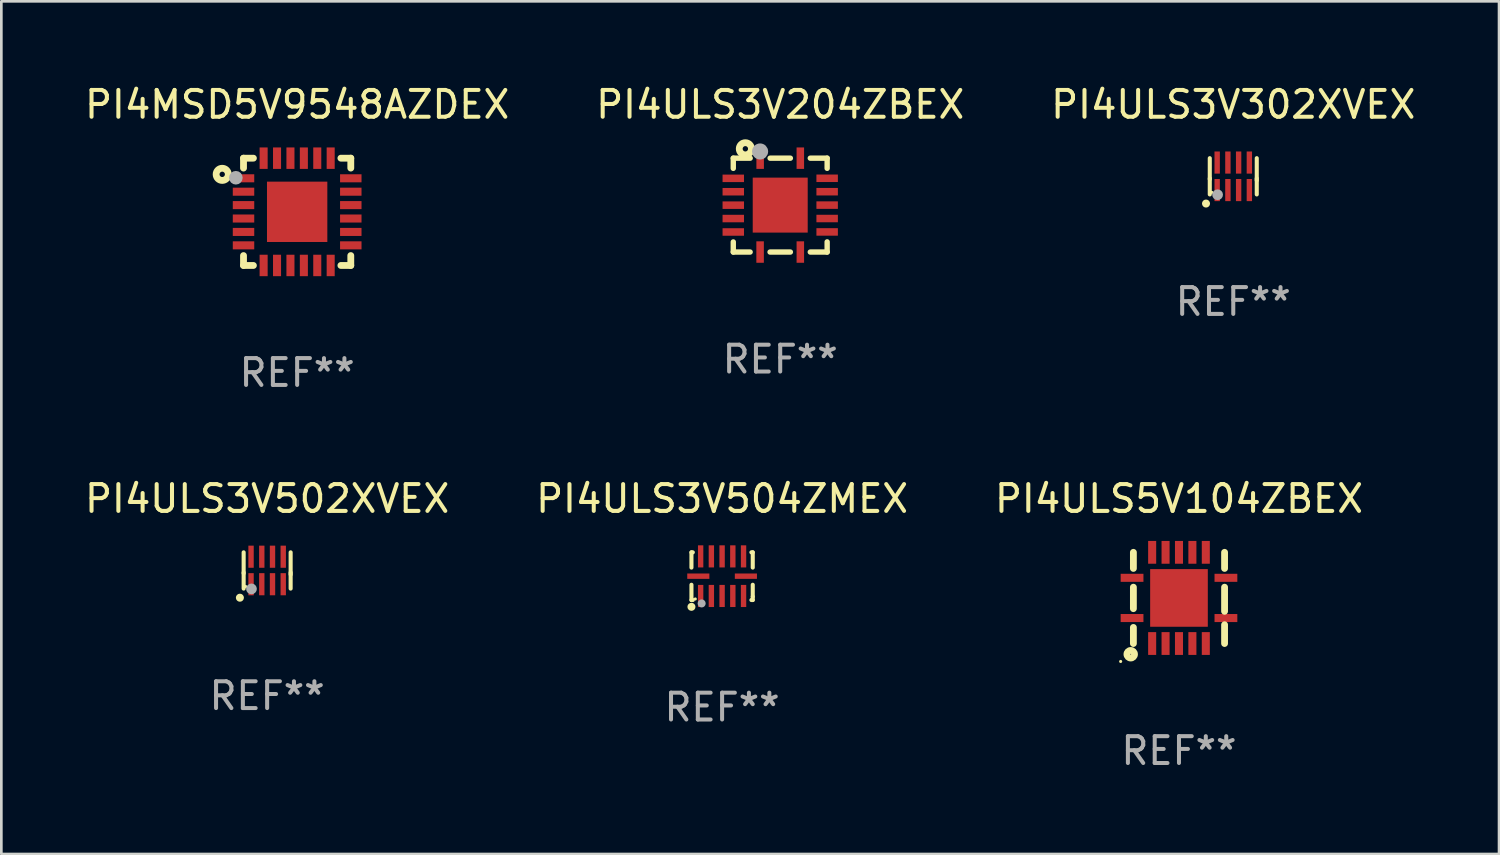
<source format=kicad_pcb>
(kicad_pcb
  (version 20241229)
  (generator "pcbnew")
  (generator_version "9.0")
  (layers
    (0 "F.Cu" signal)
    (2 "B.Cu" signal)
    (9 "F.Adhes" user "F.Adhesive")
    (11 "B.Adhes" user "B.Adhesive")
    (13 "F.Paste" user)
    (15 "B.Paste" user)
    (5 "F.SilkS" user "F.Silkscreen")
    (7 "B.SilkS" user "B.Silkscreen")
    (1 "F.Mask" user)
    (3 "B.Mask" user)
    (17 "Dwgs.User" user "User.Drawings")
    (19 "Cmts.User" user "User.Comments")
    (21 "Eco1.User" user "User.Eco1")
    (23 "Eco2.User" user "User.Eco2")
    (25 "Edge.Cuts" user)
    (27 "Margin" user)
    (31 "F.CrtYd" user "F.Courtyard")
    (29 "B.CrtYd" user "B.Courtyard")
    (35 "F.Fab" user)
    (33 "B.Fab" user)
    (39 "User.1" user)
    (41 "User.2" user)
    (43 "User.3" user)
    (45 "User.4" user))
  (footprint "PI4MSD5V9548AZDEX"
    (layer "F.Cu")
    (at 8.03 4.848)
    (property "Reference" "PI4MSD5V9548AZDEX" (at 0 -4 0) (layer "F.SilkS") (effects (font (size 1 1) (thickness 0.15))))
    (attr through_hole)
    (fp_line (start -2 -2) (end -1.631 -2) (stroke (width 0.254) (type solid)) (layer "F.SilkS"))
    (fp_line (start -2 -1.631) (end -2 -2) (stroke (width 0.254) (type solid)) (layer "F.SilkS"))
    (fp_line (start -2 2) (end -2 1.631) (stroke (width 0.254) (type solid)) (layer "F.SilkS"))
    (fp_line (start -1.631 2) (end -2 2) (stroke (width 0.254) (type solid)) (layer "F.SilkS"))
    (fp_line (start 1.631 -2) (end 2 -2) (stroke (width 0.254) (type solid)) (layer "F.SilkS"))
    (fp_line (start 2 -2) (end 2 -1.631) (stroke (width 0.254) (type solid)) (layer "F.SilkS"))
    (fp_line (start 2 1.631) (end 2 2) (stroke (width 0.254) (type solid)) (layer "F.SilkS"))
    (fp_line (start 2 2) (end 1.631 2) (stroke (width 0.254) (type solid)) (layer "F.SilkS"))
    (fp_circle (center -2.794 -1.397) (end -2.694 -1.397) (stroke (width 0.254) (type solid)) (fill no) (layer "F.SilkS"))
    (fp_circle (center -2 -2) (end -1.97 -2) (stroke (width 0.06) (type solid)) (fill no) (layer "F.SilkS"))
    (fp_circle (center -2.286 -1.27) (end -2.159 -1.27) (stroke (width 0.254) (type solid)) (fill no) (layer "F.Fab"))
    (fp_text user "REF**" (at 0 6 0) (layer "F.Fab") (effects (font (size 1 1) (thickness 0.15))))
    (pad "1" smd rect (at -2 -1.25) (size 0.8 0.3) (layers "F.Cu" "F.Mask" "F.Paste"))
    (pad "2" smd rect (at -2 -0.75) (size 0.8 0.3) (layers "F.Cu" "F.Mask" "F.Paste"))
    (pad "3" smd rect (at -2 -0.25) (size 0.8 0.3) (layers "F.Cu" "F.Mask" "F.Paste"))
    (pad "4" smd rect (at -2 0.25) (size 0.8 0.3) (layers "F.Cu" "F.Mask" "F.Paste"))
    (pad "5" smd rect (at -2 0.75) (size 0.8 0.3) (layers "F.Cu" "F.Mask" "F.Paste"))
    (pad "6" smd rect (at -2 1.25) (size 0.8 0.3) (layers "F.Cu" "F.Mask" "F.Paste"))
    (pad "7" smd rect (at -1.25 2) (size 0.3 0.8) (layers "F.Cu" "F.Mask" "F.Paste"))
    (pad "8" smd rect (at -0.75 2) (size 0.3 0.8) (layers "F.Cu" "F.Mask" "F.Paste"))
    (pad "9" smd rect (at -0.25 2) (size 0.3 0.8) (layers "F.Cu" "F.Mask" "F.Paste"))
    (pad "10" smd rect (at 0.25 2) (size 0.3 0.8) (layers "F.Cu" "F.Mask" "F.Paste"))
    (pad "11" smd rect (at 0.75 2) (size 0.3 0.8) (layers "F.Cu" "F.Mask" "F.Paste"))
    (pad "12" smd rect (at 1.25 2) (size 0.3 0.8) (layers "F.Cu" "F.Mask" "F.Paste"))
    (pad "13" smd rect (at 2 1.25) (size 0.8 0.3) (layers "F.Cu" "F.Mask" "F.Paste"))
    (pad "14" smd rect (at 2 0.75) (size 0.8 0.3) (layers "F.Cu" "F.Mask" "F.Paste"))
    (pad "15" smd rect (at 2 0.25) (size 0.8 0.3) (layers "F.Cu" "F.Mask" "F.Paste"))
    (pad "16" smd rect (at 2 -0.25) (size 0.8 0.3) (layers "F.Cu" "F.Mask" "F.Paste"))
    (pad "17" smd rect (at 2 -0.75) (size 0.8 0.3) (layers "F.Cu" "F.Mask" "F.Paste"))
    (pad "18" smd rect (at 2 -1.25) (size 0.8 0.3) (layers "F.Cu" "F.Mask" "F.Paste"))
    (pad "19" smd rect (at 1.25 -2) (size 0.3 0.8) (layers "F.Cu" "F.Mask" "F.Paste"))
    (pad "20" smd rect (at 0.75 -2) (size 0.3 0.8) (layers "F.Cu" "F.Mask" "F.Paste"))
    (pad "21" smd rect (at 0.25 -2) (size 0.3 0.8) (layers "F.Cu" "F.Mask" "F.Paste"))
    (pad "22" smd rect (at -0.25 -2) (size 0.3 0.8) (layers "F.Cu" "F.Mask" "F.Paste"))
    (pad "23" smd rect (at -0.75 -2) (size 0.3 0.8) (layers "F.Cu" "F.Mask" "F.Paste"))
    (pad "24" smd rect (at -1.25 -2) (size 0.3 0.8) (layers "F.Cu" "F.Mask" "F.Paste"))
    (pad "25" smd rect (at 0.000051 -0.000013) (size 2.25 2.25) (layers "F.Cu" "F.Mask" "F.Paste")))
  (footprint "PI4ULS3V504ZMEX"
    (layer "F.Cu")
    (at 23.875 18.434)
    (property "Reference" "PI4ULS3V504ZMEX" (at 0 -2.889 0) (layer "F.SilkS") (effects (font (size 1 1) (thickness 0.15))))
    (attr through_hole)
    (fp_line (start -1.143 -0.889) (end -1.143 -0.32) (stroke (width 0.152) (type solid)) (layer "F.SilkS"))
    (fp_line (start -1.143 0.32) (end -1.143 0.889) (stroke (width 0.152) (type solid)) (layer "F.SilkS"))
    (fp_line (start -1.143 0.889) (end -1.092 0.889) (stroke (width 0.152) (type solid)) (layer "F.SilkS"))
    (fp_line (start -1.092 -0.889) (end -1.143 -0.889) (stroke (width 0.152) (type solid)) (layer "F.SilkS"))
    (fp_line (start 1.092 0.889) (end 1.143 0.889) (stroke (width 0.152) (type solid)) (layer "F.SilkS"))
    (fp_line (start 1.143 -0.889) (end 1.092 -0.889) (stroke (width 0.152) (type solid)) (layer "F.SilkS"))
    (fp_line (start 1.143 -0.32) (end 1.143 -0.889) (stroke (width 0.152) (type solid)) (layer "F.SilkS"))
    (fp_line (start 1.143 0.762) (end 1.143 0.32) (stroke (width 0.152) (type solid)) (layer "F.SilkS"))
    (fp_line (start 1.143 0.889) (end 1.143 0.762) (stroke (width 0.152) (type solid)) (layer "F.SilkS"))
    (fp_circle (center -1.143 1.143) (end -1.068 1.143) (stroke (width 0.15) (type solid)) (fill no) (layer "F.SilkS"))
    (fp_circle (center -1 0.85) (end -0.97 0.85) (stroke (width 0.06) (type solid)) (fill no) (layer "F.SilkS"))
    (fp_circle (center -0.762 1.016) (end -0.687 1.016) (stroke (width 0.15) (type solid)) (fill no) (layer "F.Fab"))
    (fp_text user "REF**" (at 0 4.889 0) (layer "F.Fab") (effects (font (size 1 1) (thickness 0.15))))
    (pad "1" smd rect (at -0.8 0.738) (size 0.2 0.825) (layers "F.Cu" "F.Mask" "F.Paste"))
    (pad "2" smd rect (at -0.4 0.738) (size 0.2 0.825) (layers "F.Cu" "F.Mask" "F.Paste"))
    (pad "3" smd rect (at 0 0.738) (size 0.2 0.825) (layers "F.Cu" "F.Mask" "F.Paste"))
    (pad "4" smd rect (at 0.4 0.738) (size 0.2 0.825) (layers "F.Cu" "F.Mask" "F.Paste"))
    (pad "5" smd rect (at 0.8 0.738) (size 0.2 0.825) (layers "F.Cu" "F.Mask" "F.Paste"))
    (pad "6" smd rect (at 0.887 0) (size 0.825 0.2) (layers "F.Cu" "F.Mask" "F.Paste"))
    (pad "7" smd rect (at 0.8 -0.738) (size 0.2 0.825) (layers "F.Cu" "F.Mask" "F.Paste"))
    (pad "8" smd rect (at 0.4 -0.738) (size 0.2 0.825) (layers "F.Cu" "F.Mask" "F.Paste"))
    (pad "9" smd rect (at 0 -0.738) (size 0.2 0.825) (layers "F.Cu" "F.Mask" "F.Paste"))
    (pad "10" smd rect (at -0.4 -0.738) (size 0.2 0.825) (layers "F.Cu" "F.Mask" "F.Paste"))
    (pad "11" smd rect (at -0.8 -0.738) (size 0.2 0.825) (layers "F.Cu" "F.Mask" "F.Paste"))
    (pad "12" smd rect (at -0.887 0) (size 0.825 0.2) (layers "F.Cu" "F.Mask" "F.Paste")))
  (footprint "PI4ULS3V302XVEX"
    (layer "F.Cu")
    (at 42.935 3.524)
    (property "Reference" "PI4ULS3V302XVEX" (at 0 -2.676 0) (layer "F.SilkS") (effects (font (size 1 1) (thickness 0.15))))
    (attr through_hole)
    (fp_line (start -0.876 -0.676) (end -0.876 0.107) (stroke (width 0.152) (type solid)) (layer "F.SilkS"))
    (fp_line (start -0.876 0.676) (end -0.876 0.077) (stroke (width 0.152) (type solid)) (layer "F.SilkS"))
    (fp_line (start 0.876 -0.676) (end 0.876 0.152) (stroke (width 0.152) (type solid)) (layer "F.SilkS"))
    (fp_line (start 0.876 0.676) (end 0.876 0.077) (stroke (width 0.152) (type solid)) (layer "F.SilkS"))
    (fp_circle (center -1.016 1.016) (end -0.941 1.016) (stroke (width 0.15) (type solid)) (fill no) (layer "F.SilkS"))
    (fp_circle (center -0.8 0.6) (end -0.77 0.6) (stroke (width 0.06) (type solid)) (fill no) (layer "F.SilkS"))
    (fp_circle (center -0.584 0.687) (end -0.484 0.687) (stroke (width 0.2) (type solid)) (fill no) (layer "F.Fab"))
    (fp_text user "REF**" (at 0 4.676 0) (layer "F.Fab") (effects (font (size 1 1) (thickness 0.15))))
    (pad "1" smd rect (at -0.6 0.513) (size 0.2 0.825) (layers "F.Cu" "F.Mask" "F.Paste"))
    (pad "2" smd rect (at -0.2 0.513) (size 0.2 0.825) (layers "F.Cu" "F.Mask" "F.Paste"))
    (pad "3" smd rect (at 0.2 0.513) (size 0.2 0.825) (layers "F.Cu" "F.Mask" "F.Paste"))
    (pad "4" smd rect (at 0.6 0.513) (size 0.2 0.825) (layers "F.Cu" "F.Mask" "F.Paste"))
    (pad "5" smd rect (at 0.6 -0.513) (size 0.2 0.825) (layers "F.Cu" "F.Mask" "F.Paste"))
    (pad "6" smd rect (at 0.2 -0.513) (size 0.2 0.825) (layers "F.Cu" "F.Mask" "F.Paste"))
    (pad "7" smd rect (at -0.2 -0.513) (size 0.2 0.825) (layers "F.Cu" "F.Mask" "F.Paste"))
    (pad "8" smd rect (at -0.6 -0.513) (size 0.2 0.825) (layers "F.Cu" "F.Mask" "F.Paste")))
  (footprint "PI4ULS3V204ZBEX"
    (layer "F.Cu")
    (at 26.042 4.598)
    (property "Reference" "PI4ULS3V204ZBEX" (at 0 -3.75 0) (layer "F.SilkS") (effects (font (size 1 1) (thickness 0.15))))
    (attr through_hole)
    (fp_line (start -1.75 -1.75) (end -1.75 -1.37) (stroke (width 0.2) (type solid)) (layer "F.SilkS"))
    (fp_line (start -1.75 1.373) (end -1.75 1.75) (stroke (width 0.2) (type solid)) (layer "F.SilkS"))
    (fp_line (start -1.75 1.75) (end -1.121 1.75) (stroke (width 0.2) (type solid)) (layer "F.SilkS"))
    (fp_line (start -1.119 -1.75) (end -1.75 -1.75) (stroke (width 0.2) (type solid)) (layer "F.SilkS"))
    (fp_line (start -0.379 1.75) (end 0.379 1.75) (stroke (width 0.2) (type solid)) (layer "F.SilkS"))
    (fp_line (start 0.379 -1.75) (end -0.377 -1.75) (stroke (width 0.2) (type solid)) (layer "F.SilkS"))
    (fp_line (start 1.121 1.75) (end 1.75 1.75) (stroke (width 0.2) (type solid)) (layer "F.SilkS"))
    (fp_line (start 1.75 -1.75) (end 1.121 -1.75) (stroke (width 0.2) (type solid)) (layer "F.SilkS"))
    (fp_line (start 1.75 -1.371) (end 1.75 -1.75) (stroke (width 0.2) (type solid)) (layer "F.SilkS"))
    (fp_line (start 1.75 1.75) (end 1.75 1.371) (stroke (width 0.2) (type solid)) (layer "F.SilkS"))
    (fp_circle (center -1.75 -1.75) (end -1.72 -1.75) (stroke (width 0.06) (type solid)) (fill no) (layer "F.SilkS"))
    (fp_circle (center -1.3 -2.1) (end -1.2 -2.1) (stroke (width 0.254) (type solid)) (fill no) (layer "F.SilkS"))
    (fp_circle (center -0.75 -2) (end -0.6 -2) (stroke (width 0.3) (type solid)) (fill no) (layer "F.Fab"))
    (fp_text user "REF**" (at 0 5.75 0) (layer "F.Fab") (effects (font (size 1 1) (thickness 0.15))))
    (pad "1" smd rect (at -0.748 -1.75) (size 0.28 0.8) (layers "F.Cu" "F.Mask" "F.Paste"))
    (pad "2" smd rect (at -1.75 -0.998) (size 0.8 0.28) (layers "F.Cu" "F.Mask" "F.Paste"))
    (pad "3" smd rect (at -1.75 -0.499) (size 0.8 0.28) (layers "F.Cu" "F.Mask" "F.Paste"))
    (pad "4" smd rect (at -1.75 0.002) (size 0.8 0.28) (layers "F.Cu" "F.Mask" "F.Paste"))
    (pad "5" smd rect (at -1.75 0.501) (size 0.8 0.28) (layers "F.Cu" "F.Mask" "F.Paste"))
    (pad "6" smd rect (at -1.75 1.002) (size 0.8 0.28) (layers "F.Cu" "F.Mask" "F.Paste"))
    (pad "7" smd rect (at -0.75 1.75) (size 0.28 0.8) (layers "F.Cu" "F.Mask" "F.Paste"))
    (pad "8" smd rect (at 0.75 1.75) (size 0.28 0.8) (layers "F.Cu" "F.Mask" "F.Paste"))
    (pad "9" smd rect (at 1.75 1) (size 0.8 0.28) (layers "F.Cu" "F.Mask" "F.Paste"))
    (pad "10" smd rect (at 1.75 0.5) (size 0.8 0.28) (layers "F.Cu" "F.Mask" "F.Paste"))
    (pad "11" smd rect (at 1.75 0.000025) (size 0.8 0.28) (layers "F.Cu" "F.Mask" "F.Paste"))
    (pad "12" smd rect (at 1.75 -0.5) (size 0.8 0.28) (layers "F.Cu" "F.Mask" "F.Paste"))
    (pad "13" smd rect (at 1.75 -1) (size 0.8 0.28) (layers "F.Cu" "F.Mask" "F.Paste"))
    (pad "14" smd rect (at 0.75 -1.75) (size 0.28 0.8) (layers "F.Cu" "F.Mask" "F.Paste"))
    (pad "15" smd rect (at 0 0.000025) (size 2.05 2.05) (layers "F.Cu" "F.Mask" "F.Paste")))
  (footprint "PI4ULS3V502XVEX"
    (layer "F.Cu")
    (at 6.911 18.221)
    (property "Reference" "PI4ULS3V502XVEX" (at 0 -2.676 0) (layer "F.SilkS") (effects (font (size 1 1) (thickness 0.15))))
    (attr through_hole)
    (fp_line (start -0.876 -0.676) (end -0.876 0.107) (stroke (width 0.152) (type solid)) (layer "F.SilkS"))
    (fp_line (start -0.876 0.676) (end -0.876 0.077) (stroke (width 0.152) (type solid)) (layer "F.SilkS"))
    (fp_line (start 0.876 -0.676) (end 0.876 0.152) (stroke (width 0.152) (type solid)) (layer "F.SilkS"))
    (fp_line (start 0.876 0.676) (end 0.876 0.077) (stroke (width 0.152) (type solid)) (layer "F.SilkS"))
    (fp_circle (center -1.016 1.016) (end -0.941 1.016) (stroke (width 0.15) (type solid)) (fill no) (layer "F.SilkS"))
    (fp_circle (center -0.8 0.6) (end -0.77 0.6) (stroke (width 0.06) (type solid)) (fill no) (layer "F.SilkS"))
    (fp_circle (center -0.584 0.687) (end -0.484 0.687) (stroke (width 0.2) (type solid)) (fill no) (layer "F.Fab"))
    (fp_text user "REF**" (at 0 4.676 0) (layer "F.Fab") (effects (font (size 1 1) (thickness 0.15))))
    (pad "1" smd rect (at -0.6 0.513) (size 0.2 0.825) (layers "F.Cu" "F.Mask" "F.Paste"))
    (pad "2" smd rect (at -0.2 0.513) (size 0.2 0.825) (layers "F.Cu" "F.Mask" "F.Paste"))
    (pad "3" smd rect (at 0.2 0.513) (size 0.2 0.825) (layers "F.Cu" "F.Mask" "F.Paste"))
    (pad "4" smd rect (at 0.6 0.513) (size 0.2 0.825) (layers "F.Cu" "F.Mask" "F.Paste"))
    (pad "5" smd rect (at 0.6 -0.513) (size 0.2 0.825) (layers "F.Cu" "F.Mask" "F.Paste"))
    (pad "6" smd rect (at 0.2 -0.513) (size 0.2 0.825) (layers "F.Cu" "F.Mask" "F.Paste"))
    (pad "7" smd rect (at -0.2 -0.513) (size 0.2 0.825) (layers "F.Cu" "F.Mask" "F.Paste"))
    (pad "8" smd rect (at -0.6 -0.513) (size 0.2 0.825) (layers "F.Cu" "F.Mask" "F.Paste")))
  (footprint "PI4ULS5V104ZBEX"
    (layer "F.Cu")
    (at 40.911 19.245)
    (property "Reference" "PI4ULS5V104ZBEX" (at 0 -3.7 0) (layer "F.SilkS") (effects (font (size 1 1) (thickness 0.15))))
    (attr through_hole)
    (fp_line (start -1.7 -1.7) (end -1.7 -1.1) (stroke (width 0.254) (type solid)) (layer "F.SilkS"))
    (fp_line (start -1.7 -0.4) (end -1.7 0.4) (stroke (width 0.254) (type solid)) (layer "F.SilkS"))
    (fp_line (start -1.7 1.1) (end -1.7 1.7) (stroke (width 0.254) (type solid)) (layer "F.SilkS"))
    (fp_line (start 1.7 -1.7) (end 1.7 -1.1) (stroke (width 0.254) (type solid)) (layer "F.SilkS"))
    (fp_line (start 1.7 -0.4) (end 1.7 0.5) (stroke (width 0.254) (type solid)) (layer "F.SilkS"))
    (fp_line (start 1.7 1) (end 1.7 1.7) (stroke (width 0.254) (type solid)) (layer "F.SilkS"))
    (fp_circle (center -2.175 2.369) (end -2.145 2.369) (stroke (width 0.06) (type solid)) (fill no) (layer "F.SilkS"))
    (fp_circle (center -1.8 2.1) (end -1.659 2.1) (stroke (width 0.254) (type solid)) (fill no) (layer "F.SilkS"))
    (fp_text user "REF**" (at 0 5.7 0) (layer "F.Fab") (effects (font (size 1 1) (thickness 0.15))))
    (pad "1" smd rect (at -1.75 0.75 90) (size 0.3 0.85) (layers "F.Cu" "F.Mask" "F.Paste"))
    (pad "2" smd rect (at -1 1.7 180) (size 0.3 0.85) (layers "F.Cu" "F.Mask" "F.Paste"))
    (pad "3" smd rect (at -0.5 1.7 180) (size 0.3 0.85) (layers "F.Cu" "F.Mask" "F.Paste"))
    (pad "4" smd rect (at 0 1.7 180) (size 0.3 0.85) (layers "F.Cu" "F.Mask" "F.Paste"))
    (pad "5" smd rect (at 0.5 1.7 180) (size 0.3 0.85) (layers "F.Cu" "F.Mask" "F.Paste"))
    (pad "6" smd rect (at 1 1.7 180) (size 0.3 0.85) (layers "F.Cu" "F.Mask" "F.Paste"))
    (pad "7" smd rect (at 1.75 0.75 270) (size 0.3 0.85) (layers "F.Cu" "F.Mask" "F.Paste"))
    (pad "8" smd rect (at 1.75 -0.75 270) (size 0.3 0.85) (layers "F.Cu" "F.Mask" "F.Paste"))
    (pad "9" smd rect (at 1 -1.7) (size 0.3 0.85) (layers "F.Cu" "F.Mask" "F.Paste"))
    (pad "10" smd rect (at 0.5 -1.7) (size 0.3 0.85) (layers "F.Cu" "F.Mask" "F.Paste"))
    (pad "11" smd rect (at 0 -1.7) (size 0.3 0.85) (layers "F.Cu" "F.Mask" "F.Paste"))
    (pad "12" smd rect (at -0.5 -1.7) (size 0.3 0.85) (layers "F.Cu" "F.Mask" "F.Paste"))
    (pad "13" smd rect (at -1 -1.7) (size 0.3 0.85) (layers "F.Cu" "F.Mask" "F.Paste"))
    (pad "14" smd rect (at -1.75 -0.75 90) (size 0.3 0.85) (layers "F.Cu" "F.Mask" "F.Paste"))
    (pad "15" smd rect (at 0 0 90) (size 2.15 2.15) (layers "F.Cu" "F.Mask" "F.Paste")))
  (gr_rect
    (start -3 -3)
    (end 52.845 28.793)
    (stroke (width 0.1) (type default))
    (fill no)
    (layer "Edge.Cuts")))
</source>
